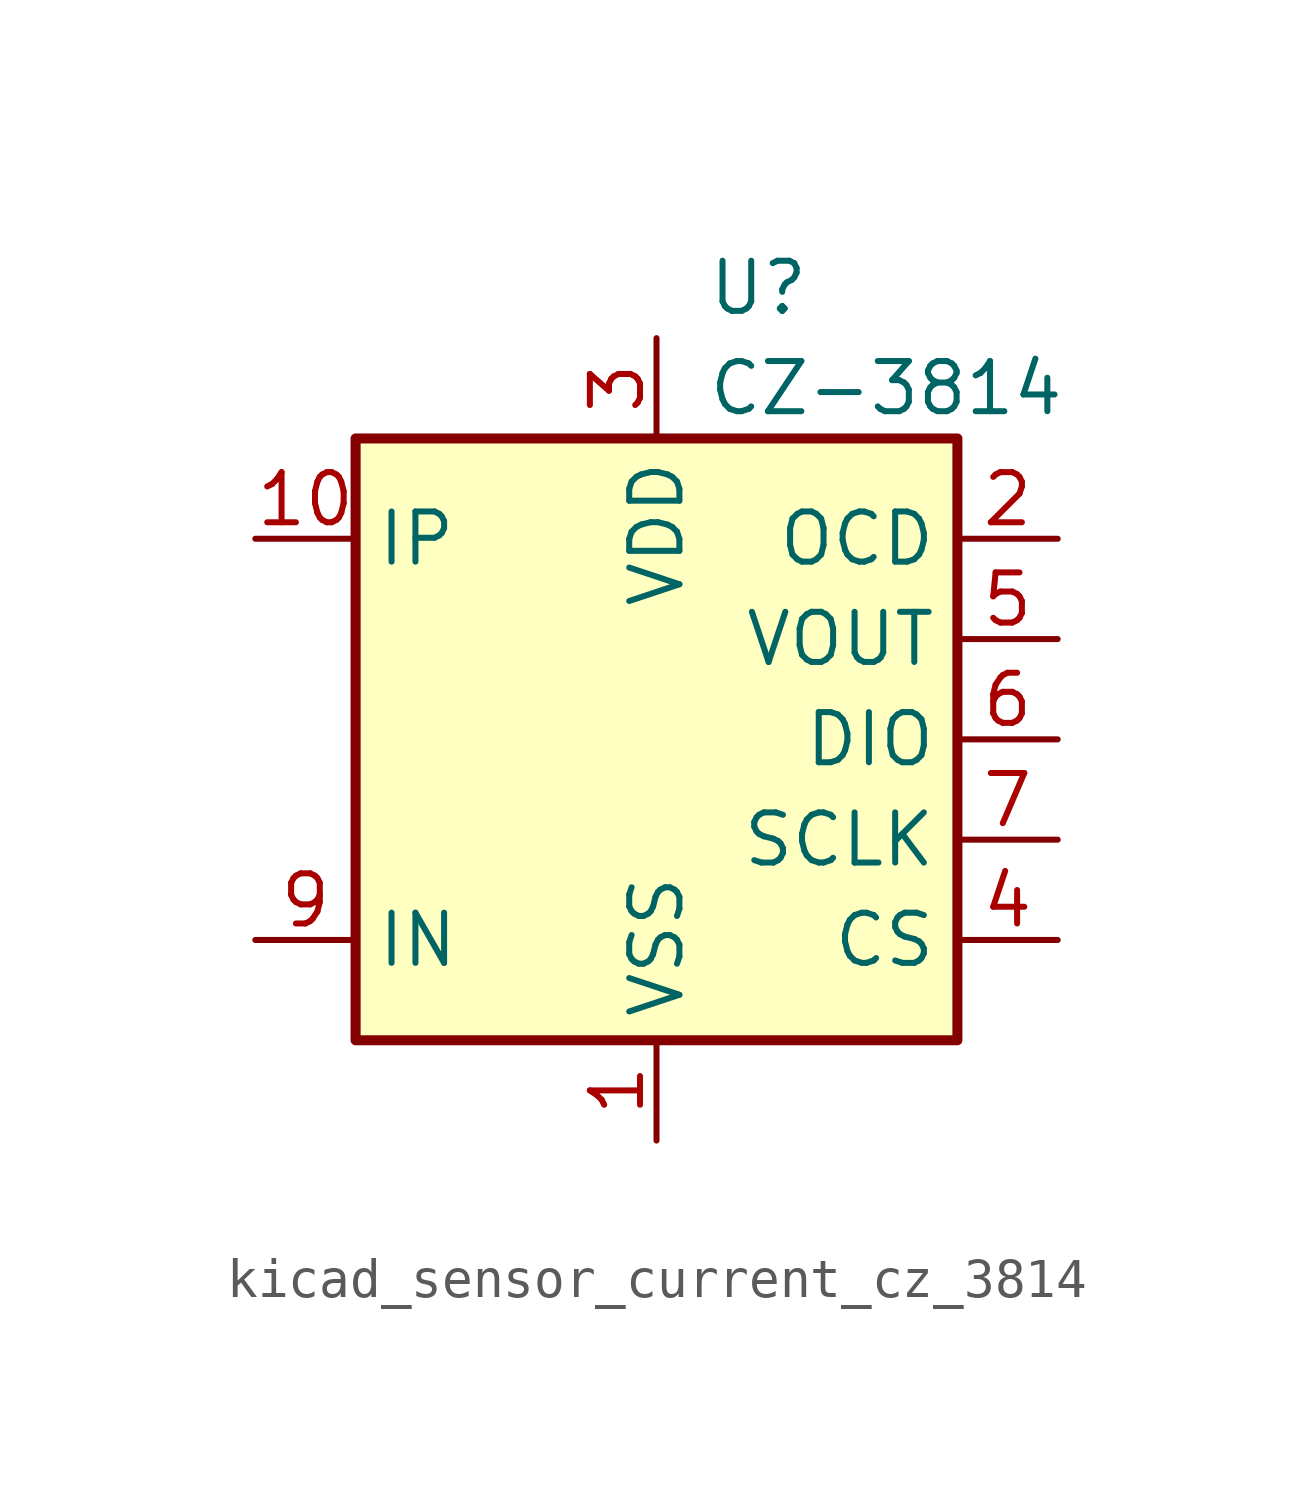
<source format=kicad_sym>
(kicad_symbol_lib
  (version 20220914)
  (generator kicad_symbol_editor)
  (symbol "kicad_sensor_current_cz_3814"
    (property "Reference" "U"
      (at 1.27 11.43 0)
      (effects (font (size 1.27 1.27)) (justify left)))
    (property "Value" "CZ-3814"
      (at 1.27 8.89 0)
      (effects (font (size 1.27 1.27)) (justify left)))
    (symbol "kicad_sensor_current_cz_3814_0_1"
      (rectangle (start -7.62 7.62) (end 7.62 -7.62) (stroke (width 0.254) (type default)) (fill (type background))))
    (symbol "kicad_sensor_current_cz_3814_1_1"
      (pin power_in line (at 0 -10.16 90) (length 2.54) (name "VSS" (effects (font (size 1.27 1.27)))) (number "1" (effects (font (size 1.27 1.27)))))
      (pin passive line (at -10.16 5.08 0) (length 2.54) (name "IP" (effects (font (size 1.27 1.27)))) (number "10" (effects (font (size 1.27 1.27)))))
      (pin output line (at 10.16 5.08 180) (length 2.54) (name "OCD" (effects (font (size 1.27 1.27)))) (number "2" (effects (font (size 1.27 1.27)))))
      (pin power_in line (at 0 10.16 270) (length 2.54) (name "VDD" (effects (font (size 1.27 1.27)))) (number "3" (effects (font (size 1.27 1.27)))))
      (pin input line (at 10.16 -5.08 180) (length 2.54) (name "CS" (effects (font (size 1.27 1.27)))) (number "4" (effects (font (size 1.27 1.27)))))
      (pin output line (at 10.16 2.54 180) (length 2.54) (name "VOUT" (effects (font (size 1.27 1.27)))) (number "5" (effects (font (size 1.27 1.27)))))
      (pin bidirectional line (at 10.16 0 180) (length 2.54) (name "DIO" (effects (font (size 1.27 1.27)))) (number "6" (effects (font (size 1.27 1.27)))))
      (pin input line (at 10.16 -2.54 180) (length 2.54) (name "SCLK" (effects (font (size 1.27 1.27)))) (number "7" (effects (font (size 1.27 1.27)))))
      (pin passive line (at 0 -10.16 90) (length 2.54) hide (name "VSS" (effects (font (size 1.27 1.27)))) (number "8" (effects (font (size 1.27 1.27)))))
      (pin passive line (at -10.16 -5.08 0) (length 2.54) (name "IN" (effects (font (size 1.27 1.27)))) (number "9" (effects (font (size 1.27 1.27))))))))
</source>
